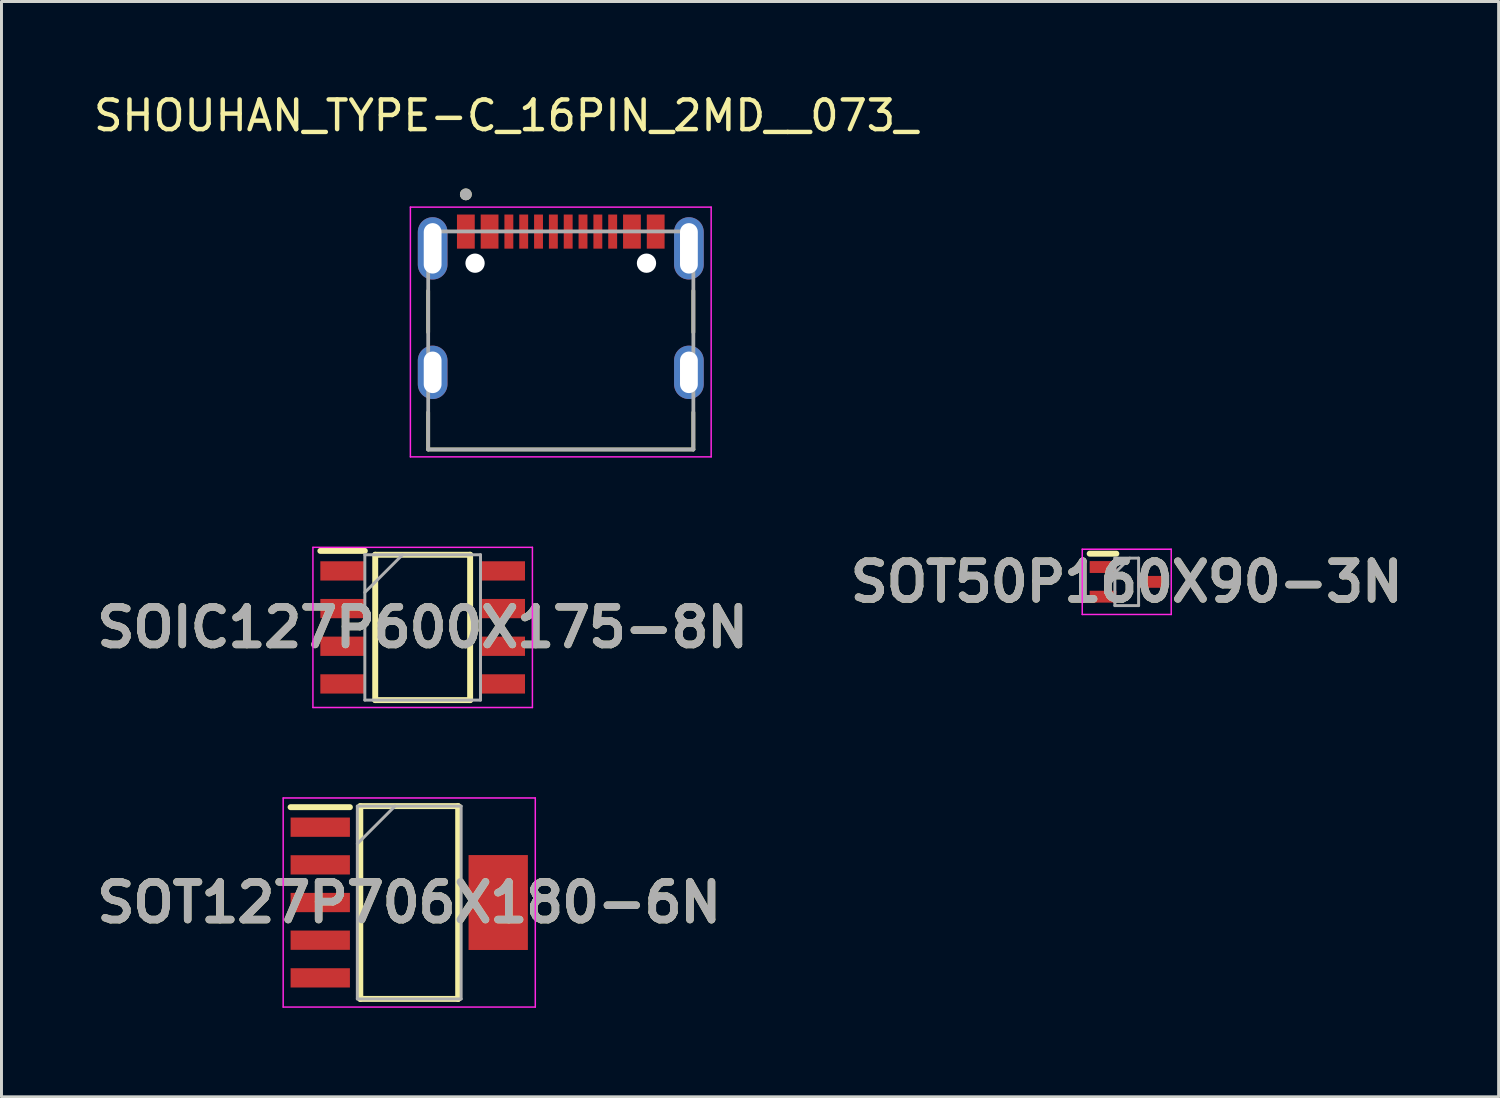
<source format=kicad_pcb>
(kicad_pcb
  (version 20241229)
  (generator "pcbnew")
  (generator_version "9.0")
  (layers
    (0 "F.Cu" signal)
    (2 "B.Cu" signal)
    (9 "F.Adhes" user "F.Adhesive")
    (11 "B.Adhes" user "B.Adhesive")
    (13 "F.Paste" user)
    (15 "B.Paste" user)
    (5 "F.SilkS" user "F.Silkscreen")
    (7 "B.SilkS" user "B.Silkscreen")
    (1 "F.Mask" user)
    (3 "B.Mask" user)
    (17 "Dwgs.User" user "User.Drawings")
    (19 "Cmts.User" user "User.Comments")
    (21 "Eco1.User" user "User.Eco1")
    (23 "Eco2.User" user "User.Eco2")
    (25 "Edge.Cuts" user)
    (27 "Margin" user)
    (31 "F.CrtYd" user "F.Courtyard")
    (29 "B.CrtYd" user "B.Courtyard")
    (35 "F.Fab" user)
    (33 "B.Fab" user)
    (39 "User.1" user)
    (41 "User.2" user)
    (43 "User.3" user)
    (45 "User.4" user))
  (footprint "SHOUHAN_TYPE-C_16PIN_2MD__073_"
    (layer "F.Cu")
    (at 15.856 8.428)
    (property "Reference" "SHOUHAN_TYPE-C_16PIN_2MD__073_" (at -1.85 -7.58 0) (layer "F.SilkS") (effects (font (size 1 1) (thickness 0.15))))
    (attr smd)
    (fp_poly (pts (xy -3.55 -4.295) (xy -2.85 -4.295) (xy -2.85 -3.055) (xy -3.55 -3.055)) (stroke (width 0.01) (type solid)) (fill yes) (layer "F.Mask"))
    (fp_poly (pts (xy -2.75 -4.295) (xy -2.05 -4.295) (xy -2.05 -3.055) (xy -2.75 -3.055)) (stroke (width 0.01) (type solid)) (fill yes) (layer "F.Mask"))
    (fp_poly (pts (xy -1.95 -4.295) (xy -1.55 -4.295) (xy -1.55 -3.055) (xy -1.95 -3.055)) (stroke (width 0.01) (type solid)) (fill yes) (layer "F.Mask"))
    (fp_poly (pts (xy -1.45 -4.295) (xy -1.05 -4.295) (xy -1.05 -3.055) (xy -1.45 -3.055)) (stroke (width 0.01) (type solid)) (fill yes) (layer "F.Mask"))
    (fp_poly (pts (xy -0.95 -4.295) (xy -0.55 -4.295) (xy -0.55 -3.055) (xy -0.95 -3.055)) (stroke (width 0.01) (type solid)) (fill yes) (layer "F.Mask"))
    (fp_poly (pts (xy -0.45 -4.295) (xy -0.05 -4.295) (xy -0.05 -3.055) (xy -0.45 -3.055)) (stroke (width 0.01) (type solid)) (fill yes) (layer "F.Mask"))
    (fp_poly (pts (xy 0.05 -4.295) (xy 0.45 -4.295) (xy 0.45 -3.055) (xy 0.05 -3.055)) (stroke (width 0.01) (type solid)) (fill yes) (layer "F.Mask"))
    (fp_poly (pts (xy 0.55 -4.295) (xy 0.95 -4.295) (xy 0.95 -3.055) (xy 0.55 -3.055)) (stroke (width 0.01) (type solid)) (fill yes) (layer "F.Mask"))
    (fp_poly (pts (xy 1.05 -4.295) (xy 1.45 -4.295) (xy 1.45 -3.055) (xy 1.05 -3.055)) (stroke (width 0.01) (type solid)) (fill yes) (layer "F.Mask"))
    (fp_poly (pts (xy 1.55 -4.295) (xy 1.95 -4.295) (xy 1.95 -3.055) (xy 1.55 -3.055)) (stroke (width 0.01) (type solid)) (fill yes) (layer "F.Mask"))
    (fp_poly (pts (xy 2.05 -4.295) (xy 2.75 -4.295) (xy 2.75 -3.055) (xy 2.05 -3.055)) (stroke (width 0.01) (type solid)) (fill yes) (layer "F.Mask"))
    (fp_poly (pts (xy 2.85 -4.295) (xy 3.55 -4.295) (xy 3.55 -3.055) (xy 2.85 -3.055)) (stroke (width 0.01) (type solid)) (fill yes) (layer "F.Mask"))
    (fp_line (start -4.47 -1.675) (end -4.47 -0.275) (stroke (width 0.127) (type solid)) (layer "F.SilkS"))
    (fp_line (start -4.47 3.675) (end -4.47 2.425) (stroke (width 0.127) (type solid)) (layer "F.SilkS"))
    (fp_line (start -4.47 3.675) (end 4.47 3.675) (stroke (width 0.127) (type solid)) (layer "F.SilkS"))
    (fp_line (start 4.47 -1.675) (end 4.47 -0.275) (stroke (width 0.127) (type solid)) (layer "F.SilkS"))
    (fp_line (start 4.47 3.675) (end 4.47 2.425) (stroke (width 0.127) (type solid)) (layer "F.SilkS"))
    (fp_circle (center -3.2 -4.925) (end -3.1 -4.925) (stroke (width 0.2) (type solid)) (fill no) (layer "F.SilkS"))
    (fp_line (start -5.07 -4.495) (end -5.07 3.925) (stroke (width 0.05) (type solid)) (layer "F.CrtYd"))
    (fp_line (start -5.07 3.925) (end 5.07 3.925) (stroke (width 0.05) (type solid)) (layer "F.CrtYd"))
    (fp_line (start 5.07 -4.495) (end -5.07 -4.495) (stroke (width 0.05) (type solid)) (layer "F.CrtYd"))
    (fp_line (start 5.07 3.925) (end 5.07 -4.495) (stroke (width 0.05) (type solid)) (layer "F.CrtYd"))
    (fp_line (start -4.47 -3.675) (end -4.47 3.675) (stroke (width 0.127) (type solid)) (layer "F.Fab"))
    (fp_line (start -4.47 3.675) (end 4.47 3.675) (stroke (width 0.127) (type solid)) (layer "F.Fab"))
    (fp_line (start 4.47 -3.675) (end -4.47 -3.675) (stroke (width 0.127) (type solid)) (layer "F.Fab"))
    (fp_line (start 4.47 3.675) (end 4.47 -3.675) (stroke (width 0.127) (type solid)) (layer "F.Fab"))
    (fp_circle (center -3.2 -4.925) (end -3.1 -4.925) (stroke (width 0.2) (type solid)) (fill no) (layer "F.Fab"))
    (pad "" np_thru_hole circle (at -2.89 -2.605) (size 0.65 0.65) (drill 0.65) (layers "*.Cu" "*.Mask"))
    (pad "" np_thru_hole circle (at 2.89 -2.605) (size 0.65 0.65) (drill 0.65) (layers "*.Cu" "*.Mask"))
    (pad "A1_B12" smd rect (at -3.2 -3.67) (size 0.6 1.15) (layers "F.Cu" "F.Paste"))
    (pad "A4_B9" smd rect (at -2.4 -3.67) (size 0.6 1.15) (layers "F.Cu" "F.Paste"))
    (pad "A5" smd rect (at -1.25 -3.67) (size 0.3 1.15) (layers "F.Cu" "F.Paste"))
    (pad "A6" smd rect (at -0.25 -3.67) (size 0.3 1.15) (layers "F.Cu" "F.Paste"))
    (pad "A7" smd rect (at 0.25 -3.67) (size 0.3 1.15) (layers "F.Cu" "F.Paste"))
    (pad "A8" smd rect (at 1.25 -3.67) (size 0.3 1.15) (layers "F.Cu" "F.Paste"))
    (pad "B1_A12" smd rect (at 3.2 -3.67) (size 0.6 1.15) (layers "F.Cu" "F.Paste"))
    (pad "B4_A9" smd rect (at 2.4 -3.67) (size 0.6 1.15) (layers "F.Cu" "F.Paste"))
    (pad "B5" smd rect (at 1.75 -3.67) (size 0.3 1.15) (layers "F.Cu" "F.Paste"))
    (pad "B6" smd rect (at 0.75 -3.67) (size 0.3 1.15) (layers "F.Cu" "F.Paste"))
    (pad "B7" smd rect (at -0.75 -3.67) (size 0.3 1.15) (layers "F.Cu" "F.Paste"))
    (pad "B8" smd rect (at -1.75 -3.67) (size 0.3 1.15) (layers "F.Cu" "F.Paste"))
    (pad "SH1" thru_hole oval (at -4.32 1.075) (size 1 1.8) (drill oval 0.6 1.4) (layers "*.Cu" "*.Mask"))
    (pad "SH2" thru_hole oval (at 4.32 1.075) (size 1 1.8) (drill oval 0.6 1.4) (layers "*.Cu" "*.Mask"))
    (pad "SH3" thru_hole oval (at -4.32 -3.105) (size 1 2.1) (drill oval 0.6 1.7) (layers "*.Cu" "*.Mask"))
    (pad "SH4" thru_hole oval (at 4.32 -3.105) (size 1 2.1) (drill oval 0.6 1.7) (layers "*.Cu" "*.Mask")))
  (footprint "SOIC127P600X175-8N"
    (layer "F.Cu")
    (at 11.2 18.103)
    (property "Reference" "SOIC127P600X175-8N" (at 0 0 0) (layer "F.SilkS") (effects (font (size 1.27 1.27) (thickness 0.254))))
    (attr smd)
    (fp_line (start -3.45 -2.58) (end -1.95 -2.58) (stroke (width 0.2) (type solid)) (layer "F.SilkS"))
    (fp_line (start -1.6 -2.45) (end 1.6 -2.45) (stroke (width 0.2) (type solid)) (layer "F.SilkS"))
    (fp_line (start -1.6 2.45) (end -1.6 -2.45) (stroke (width 0.2) (type solid)) (layer "F.SilkS"))
    (fp_line (start 1.6 -2.45) (end 1.6 2.45) (stroke (width 0.2) (type solid)) (layer "F.SilkS"))
    (fp_line (start 1.6 2.45) (end -1.6 2.45) (stroke (width 0.2) (type solid)) (layer "F.SilkS"))
    (fp_line (start -3.7 -2.7) (end 3.7 -2.7) (stroke (width 0.05) (type solid)) (layer "F.CrtYd"))
    (fp_line (start -3.7 2.7) (end -3.7 -2.7) (stroke (width 0.05) (type solid)) (layer "F.CrtYd"))
    (fp_line (start 3.7 -2.7) (end 3.7 2.7) (stroke (width 0.05) (type solid)) (layer "F.CrtYd"))
    (fp_line (start 3.7 2.7) (end -3.7 2.7) (stroke (width 0.05) (type solid)) (layer "F.CrtYd"))
    (fp_line (start -1.95 -2.45) (end 1.95 -2.45) (stroke (width 0.1) (type solid)) (layer "F.Fab"))
    (fp_line (start -1.95 -1.18) (end -0.68 -2.45) (stroke (width 0.1) (type solid)) (layer "F.Fab"))
    (fp_line (start -1.95 2.45) (end -1.95 -2.45) (stroke (width 0.1) (type solid)) (layer "F.Fab"))
    (fp_line (start 1.95 -2.45) (end 1.95 2.45) (stroke (width 0.1) (type solid)) (layer "F.Fab"))
    (fp_line (start 1.95 2.45) (end -1.95 2.45) (stroke (width 0.1) (type solid)) (layer "F.Fab"))
    (fp_text user "${REFERENCE}" (at 0 0 0) (layer "F.Fab") (effects (font (size 1.27 1.27) (thickness 0.254))))
    (pad "1" smd rect (at -2.7 -1.905 90) (size 0.65 1.5) (layers "F.Cu" "F.Mask" "F.Paste"))
    (pad "2" smd rect (at -2.7 -0.635 90) (size 0.65 1.5) (layers "F.Cu" "F.Mask" "F.Paste"))
    (pad "3" smd rect (at -2.7 0.635 90) (size 0.65 1.5) (layers "F.Cu" "F.Mask" "F.Paste"))
    (pad "4" smd rect (at -2.7 1.905 90) (size 0.65 1.5) (layers "F.Cu" "F.Mask" "F.Paste"))
    (pad "5" smd rect (at 2.7 1.905 90) (size 0.65 1.5) (layers "F.Cu" "F.Mask" "F.Paste"))
    (pad "6" smd rect (at 2.7 0.635 90) (size 0.65 1.5) (layers "F.Cu" "F.Mask" "F.Paste"))
    (pad "7" smd rect (at 2.7 -0.635 90) (size 0.65 1.5) (layers "F.Cu" "F.Mask" "F.Paste"))
    (pad "8" smd rect (at 2.7 -1.905 90) (size 0.65 1.5) (layers "F.Cu" "F.Mask" "F.Paste")))
  (footprint "SOT50P160X90-3N"
    (layer "F.Cu")
    (at 34.937 16.567)
    (property "Reference" "SOT50P160X90-3N" (at 0 0 0) (layer "F.SilkS") (effects (font (size 1.27 1.27) (thickness 0.254))))
    (attr smd)
    (fp_line (start -1.25 -0.95) (end -0.35 -0.95) (stroke (width 0.2) (type solid)) (layer "F.SilkS"))
    (fp_line (start -1.5 -1.1) (end 1.5 -1.1) (stroke (width 0.05) (type solid)) (layer "F.CrtYd"))
    (fp_line (start -1.5 1.1) (end -1.5 -1.1) (stroke (width 0.05) (type solid)) (layer "F.CrtYd"))
    (fp_line (start 1.5 -1.1) (end 1.5 1.1) (stroke (width 0.05) (type solid)) (layer "F.CrtYd"))
    (fp_line (start 1.5 1.1) (end -1.5 1.1) (stroke (width 0.05) (type solid)) (layer "F.CrtYd"))
    (fp_line (start -0.4 -0.8) (end 0.4 -0.8) (stroke (width 0.1) (type solid)) (layer "F.Fab"))
    (fp_line (start -0.4 -0.3) (end 0.1 -0.8) (stroke (width 0.1) (type solid)) (layer "F.Fab"))
    (fp_line (start -0.4 0.8) (end -0.4 -0.8) (stroke (width 0.1) (type solid)) (layer "F.Fab"))
    (fp_line (start 0.4 -0.8) (end 0.4 0.8) (stroke (width 0.1) (type solid)) (layer "F.Fab"))
    (fp_line (start 0.4 0.8) (end -0.4 0.8) (stroke (width 0.1) (type solid)) (layer "F.Fab"))
    (fp_text user "${REFERENCE}" (at 0 0 0) (layer "F.Fab") (effects (font (size 1.27 1.27) (thickness 0.254))))
    (pad "1" smd rect (at -0.8 -0.5 270) (size 0.4 0.9) (layers "F.Cu" "F.Mask" "F.Paste"))
    (pad "2" smd rect (at -0.8 0.5 270) (size 0.4 0.9) (layers "F.Cu" "F.Mask" "F.Paste"))
    (pad "3" smd rect (at 0.8 0 270) (size 0.4 0.9) (layers "F.Cu" "F.Mask" "F.Paste")))
  (footprint "SOT127P706X180-6N"
    (layer "F.Cu")
    (at 10.747 27.378)
    (property "Reference" "SOT127P706X180-6N" (at 0 0 0) (layer "F.SilkS") (effects (font (size 1.27 1.27) (thickness 0.254))))
    (attr smd)
    (fp_line (start -4 -3.215) (end -2 -3.215) (stroke (width 0.2) (type solid)) (layer "F.SilkS"))
    (fp_line (start -1.65 -3.25) (end 1.65 -3.25) (stroke (width 0.2) (type solid)) (layer "F.SilkS"))
    (fp_line (start -1.65 3.25) (end -1.65 -3.25) (stroke (width 0.2) (type solid)) (layer "F.SilkS"))
    (fp_line (start 1.65 -3.25) (end 1.65 3.25) (stroke (width 0.2) (type solid)) (layer "F.SilkS"))
    (fp_line (start 1.65 3.25) (end -1.65 3.25) (stroke (width 0.2) (type solid)) (layer "F.SilkS"))
    (fp_line (start -4.25 -3.525) (end 4.25 -3.525) (stroke (width 0.05) (type solid)) (layer "F.CrtYd"))
    (fp_line (start -4.25 3.525) (end -4.25 -3.525) (stroke (width 0.05) (type solid)) (layer "F.CrtYd"))
    (fp_line (start 4.25 -3.525) (end 4.25 3.525) (stroke (width 0.05) (type solid)) (layer "F.CrtYd"))
    (fp_line (start 4.25 3.525) (end -4.25 3.525) (stroke (width 0.05) (type solid)) (layer "F.CrtYd"))
    (fp_line (start -1.75 -3.25) (end 1.75 -3.25) (stroke (width 0.1) (type solid)) (layer "F.Fab"))
    (fp_line (start -1.75 -1.98) (end -0.48 -3.25) (stroke (width 0.1) (type solid)) (layer "F.Fab"))
    (fp_line (start -1.75 3.25) (end -1.75 -3.25) (stroke (width 0.1) (type solid)) (layer "F.Fab"))
    (fp_line (start 1.75 -3.25) (end 1.75 3.25) (stroke (width 0.1) (type solid)) (layer "F.Fab"))
    (fp_line (start 1.75 3.25) (end -1.75 3.25) (stroke (width 0.1) (type solid)) (layer "F.Fab"))
    (fp_text user "${REFERENCE}" (at 0 0 0) (layer "F.Fab") (effects (font (size 1.27 1.27) (thickness 0.254))))
    (pad "1" smd rect (at -3 -2.54 90) (size 0.65 2) (layers "F.Cu" "F.Mask" "F.Paste"))
    (pad "2" smd rect (at -3 -1.27 90) (size 0.65 2) (layers "F.Cu" "F.Mask" "F.Paste"))
    (pad "3" smd rect (at -3 0 90) (size 0.65 2) (layers "F.Cu" "F.Mask" "F.Paste"))
    (pad "4" smd rect (at -3 1.27 90) (size 0.65 2) (layers "F.Cu" "F.Mask" "F.Paste"))
    (pad "5" smd rect (at -3 2.54 90) (size 0.65 2) (layers "F.Cu" "F.Mask" "F.Paste"))
    (pad "6" smd rect (at 3 0) (size 2 3.2) (layers "F.Cu" "F.Mask" "F.Paste")))
  (gr_rect
    (start -3 -3)
    (end 47.475 33.928)
    (stroke (width 0.1) (type default))
    (fill no)
    (layer "Edge.Cuts")))
</source>
